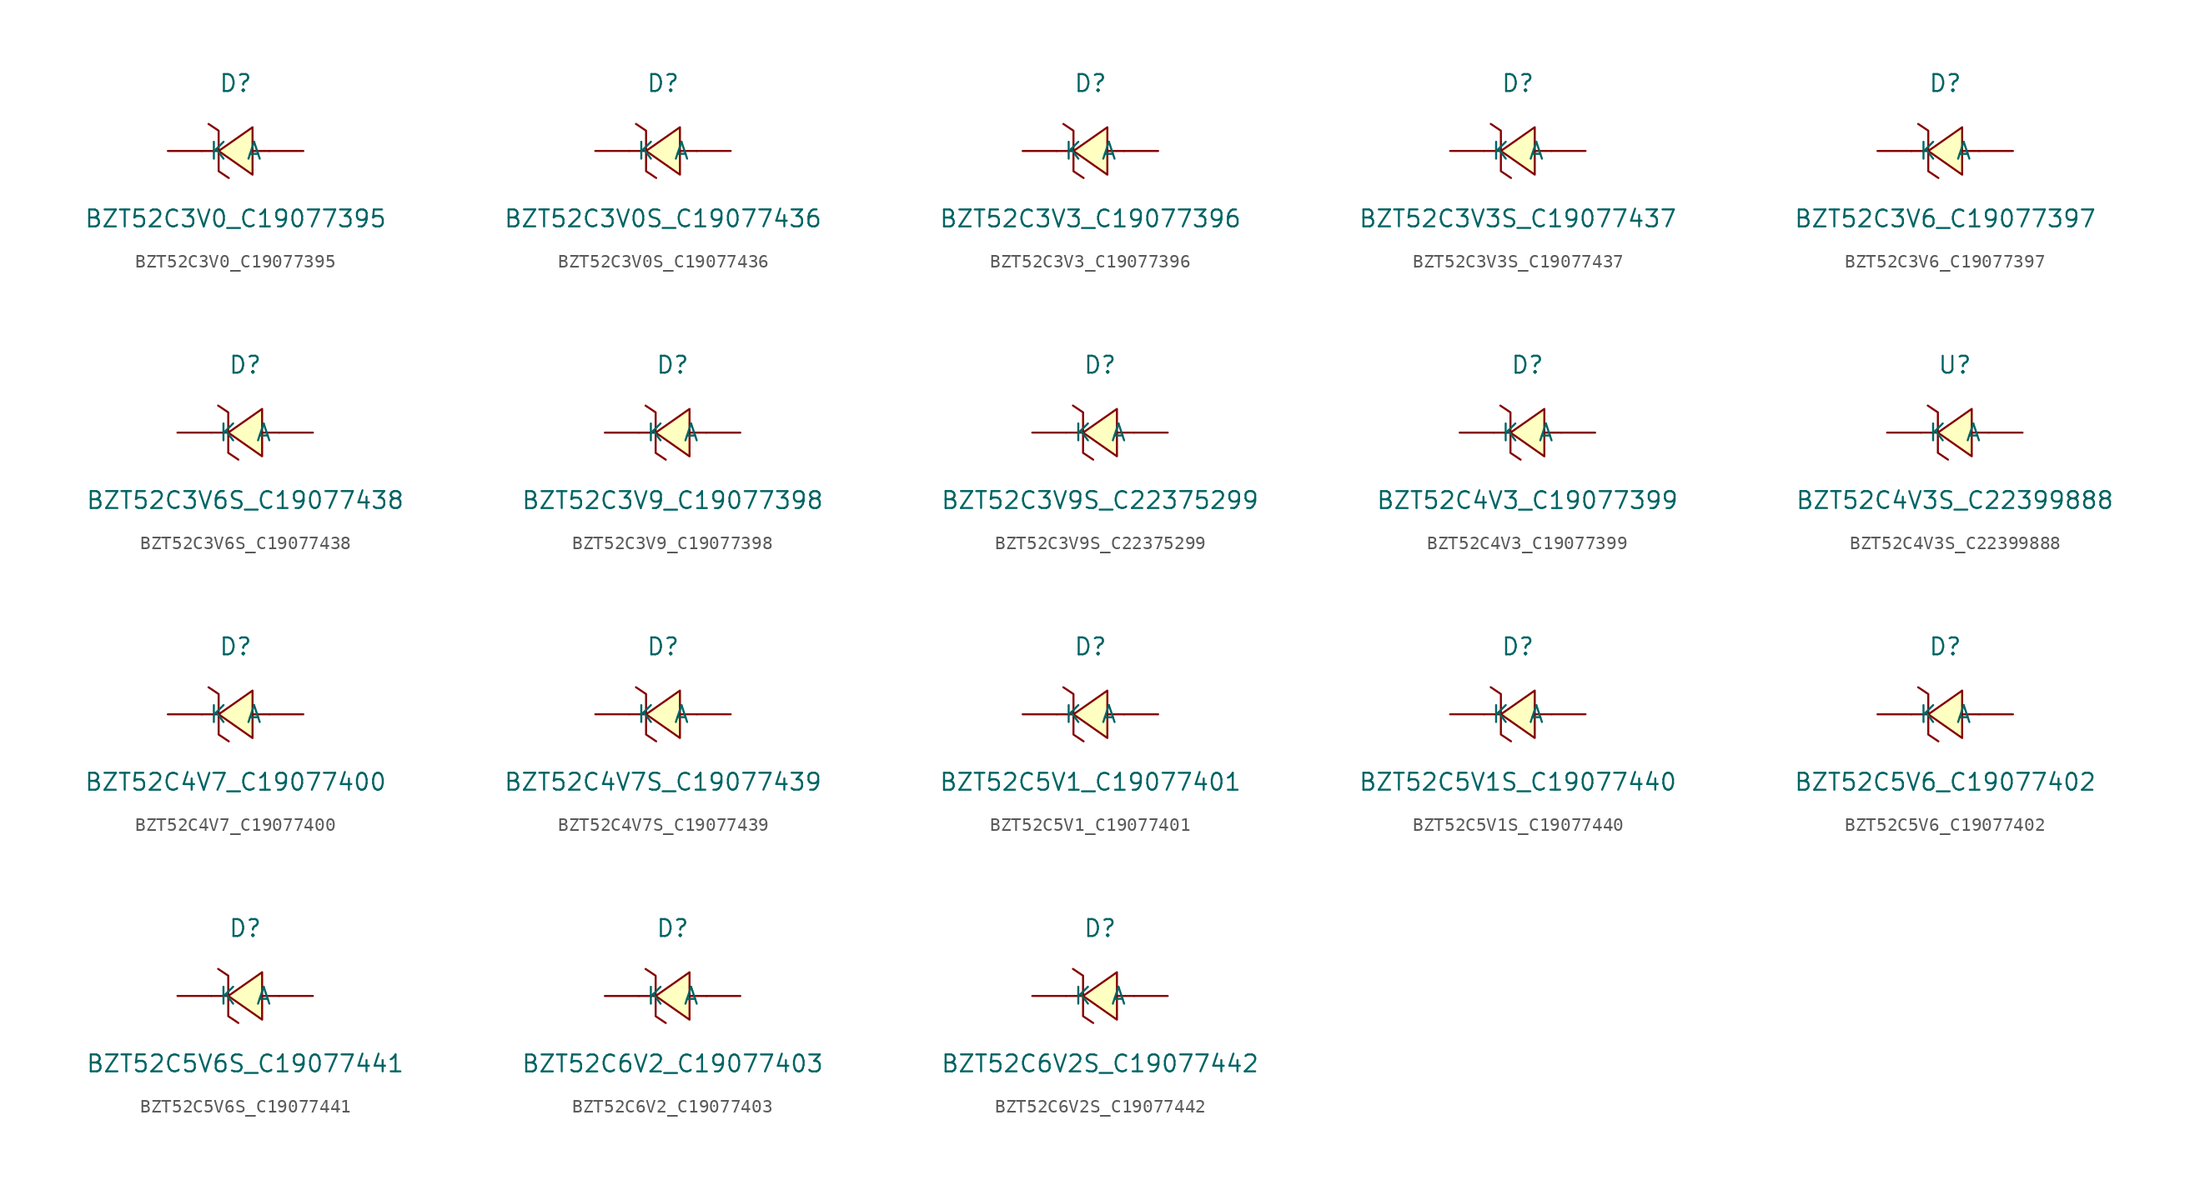
<source format=kicad_sym>
(kicad_symbol_lib
  (version 20241209)
  (generator "kicad_symbol_editor")
  (generator_version "9.0")
  (symbol "BZT52C3V0_C19077395"
    (pin_numbers
      (hide yes))
    (property "Reference" "D"
      (at 0 5.08 0)
      (effects (font (size 1.27 1.27))))
    (property "Value" "BZT52C3V0_C19077395"
      (at 0 -5.08 0)
      (effects (font (size 1.27 1.27))))
    (symbol "BZT52C3V0_C19077395_0_1"
      (polyline (pts (xy -2.03 2.03) (xy -1.27 1.52) (xy -1.27 -1.52) (xy -0.51 -2.03)) (stroke (width 0) (type default)) (fill (type none)))
      (polyline (pts (xy -1.27 0) (xy -2.54 0)) (stroke (width 0) (type default)) (fill (type none)))
      (polyline (pts (xy 1.27 1.78) (xy -1.27 0) (xy 1.27 -1.78) (xy 1.27 1.78)) (stroke (width 0) (type default)) (fill (type background)))
      (polyline (pts (xy 2.54 0) (xy 1.27 0)) (stroke (width 0) (type default)) (fill (type none)))
      (pin unspecified line (at -5.08 0 0) (length 2.54) (name "K" (effects (font (size 1.27 1.27)))) (number "1" (effects (font (size 1.27 1.27)))))
      (pin unspecified line (at 5.08 0 180) (length 2.54) (name "A" (effects (font (size 1.27 1.27)))) (number "2" (effects (font (size 1.27 1.27)))))))
  (symbol "BZT52C3V0S_C19077436"
    (pin_numbers
      (hide yes))
    (property "Reference" "D"
      (at 0 5.08 0)
      (effects (font (size 1.27 1.27))))
    (property "Value" "BZT52C3V0S_C19077436"
      (at 0 -5.08 0)
      (effects (font (size 1.27 1.27))))
    (symbol "BZT52C3V0S_C19077436_0_1"
      (polyline (pts (xy -2.03 2.03) (xy -1.27 1.52) (xy -1.27 -1.52) (xy -0.51 -2.03)) (stroke (width 0) (type default)) (fill (type none)))
      (polyline (pts (xy -1.27 0) (xy -2.54 0)) (stroke (width 0) (type default)) (fill (type none)))
      (polyline (pts (xy 1.27 1.78) (xy -1.27 0) (xy 1.27 -1.78) (xy 1.27 1.78)) (stroke (width 0) (type default)) (fill (type background)))
      (polyline (pts (xy 2.54 0) (xy 1.27 0)) (stroke (width 0) (type default)) (fill (type none)))
      (pin unspecified line (at -5.08 0 0) (length 2.54) (name "K" (effects (font (size 1.27 1.27)))) (number "1" (effects (font (size 1.27 1.27)))))
      (pin unspecified line (at 5.08 0 180) (length 2.54) (name "A" (effects (font (size 1.27 1.27)))) (number "2" (effects (font (size 1.27 1.27)))))))
  (symbol "BZT52C3V3_C19077396"
    (pin_numbers
      (hide yes))
    (property "Reference" "D"
      (at 0 5.08 0)
      (effects (font (size 1.27 1.27))))
    (property "Value" "BZT52C3V3_C19077396"
      (at 0 -5.08 0)
      (effects (font (size 1.27 1.27))))
    (symbol "BZT52C3V3_C19077396_0_1"
      (polyline (pts (xy -2.03 2.03) (xy -1.27 1.52) (xy -1.27 -1.52) (xy -0.51 -2.03)) (stroke (width 0) (type default)) (fill (type none)))
      (polyline (pts (xy -1.27 0) (xy -2.54 0)) (stroke (width 0) (type default)) (fill (type none)))
      (polyline (pts (xy 1.27 1.78) (xy -1.27 0) (xy 1.27 -1.78) (xy 1.27 1.78)) (stroke (width 0) (type default)) (fill (type background)))
      (polyline (pts (xy 2.54 0) (xy 1.27 0)) (stroke (width 0) (type default)) (fill (type none)))
      (pin unspecified line (at -5.08 0 0) (length 2.54) (name "K" (effects (font (size 1.27 1.27)))) (number "1" (effects (font (size 1.27 1.27)))))
      (pin unspecified line (at 5.08 0 180) (length 2.54) (name "A" (effects (font (size 1.27 1.27)))) (number "2" (effects (font (size 1.27 1.27)))))))
  (symbol "BZT52C3V3S_C19077437"
    (pin_numbers
      (hide yes))
    (property "Reference" "D"
      (at 0 5.08 0)
      (effects (font (size 1.27 1.27))))
    (property "Value" "BZT52C3V3S_C19077437"
      (at 0 -5.08 0)
      (effects (font (size 1.27 1.27))))
    (symbol "BZT52C3V3S_C19077437_0_1"
      (polyline (pts (xy -2.03 2.03) (xy -1.27 1.52) (xy -1.27 -1.52) (xy -0.51 -2.03)) (stroke (width 0) (type default)) (fill (type none)))
      (polyline (pts (xy -1.27 0) (xy -2.54 0)) (stroke (width 0) (type default)) (fill (type none)))
      (polyline (pts (xy 1.27 1.78) (xy -1.27 0) (xy 1.27 -1.78) (xy 1.27 1.78)) (stroke (width 0) (type default)) (fill (type background)))
      (polyline (pts (xy 2.54 0) (xy 1.27 0)) (stroke (width 0) (type default)) (fill (type none)))
      (pin unspecified line (at -5.08 0 0) (length 2.54) (name "K" (effects (font (size 1.27 1.27)))) (number "1" (effects (font (size 1.27 1.27)))))
      (pin unspecified line (at 5.08 0 180) (length 2.54) (name "A" (effects (font (size 1.27 1.27)))) (number "2" (effects (font (size 1.27 1.27)))))))
  (symbol "BZT52C3V6_C19077397"
    (pin_numbers
      (hide yes))
    (property "Reference" "D"
      (at 0 5.08 0)
      (effects (font (size 1.27 1.27))))
    (property "Value" "BZT52C3V6_C19077397"
      (at 0 -5.08 0)
      (effects (font (size 1.27 1.27))))
    (symbol "BZT52C3V6_C19077397_0_1"
      (polyline (pts (xy -2.03 2.03) (xy -1.27 1.52) (xy -1.27 -1.52) (xy -0.51 -2.03)) (stroke (width 0) (type default)) (fill (type none)))
      (polyline (pts (xy -1.27 0) (xy -2.54 0)) (stroke (width 0) (type default)) (fill (type none)))
      (polyline (pts (xy 1.27 1.78) (xy -1.27 0) (xy 1.27 -1.78) (xy 1.27 1.78)) (stroke (width 0) (type default)) (fill (type background)))
      (polyline (pts (xy 2.54 0) (xy 1.27 0)) (stroke (width 0) (type default)) (fill (type none)))
      (pin unspecified line (at -5.08 0 0) (length 2.54) (name "K" (effects (font (size 1.27 1.27)))) (number "1" (effects (font (size 1.27 1.27)))))
      (pin unspecified line (at 5.08 0 180) (length 2.54) (name "A" (effects (font (size 1.27 1.27)))) (number "2" (effects (font (size 1.27 1.27)))))))
  (symbol "BZT52C3V6S_C19077438"
    (pin_numbers
      (hide yes))
    (property "Reference" "D"
      (at 0 5.08 0)
      (effects (font (size 1.27 1.27))))
    (property "Value" "BZT52C3V6S_C19077438"
      (at 0 -5.08 0)
      (effects (font (size 1.27 1.27))))
    (symbol "BZT52C3V6S_C19077438_0_1"
      (polyline (pts (xy -2.03 2.03) (xy -1.27 1.52) (xy -1.27 -1.52) (xy -0.51 -2.03)) (stroke (width 0) (type default)) (fill (type none)))
      (polyline (pts (xy -1.27 0) (xy -2.54 0)) (stroke (width 0) (type default)) (fill (type none)))
      (polyline (pts (xy 1.27 1.78) (xy -1.27 0) (xy 1.27 -1.78) (xy 1.27 1.78)) (stroke (width 0) (type default)) (fill (type background)))
      (polyline (pts (xy 2.54 0) (xy 1.27 0)) (stroke (width 0) (type default)) (fill (type none)))
      (pin unspecified line (at -5.08 0 0) (length 2.54) (name "K" (effects (font (size 1.27 1.27)))) (number "1" (effects (font (size 1.27 1.27)))))
      (pin unspecified line (at 5.08 0 180) (length 2.54) (name "A" (effects (font (size 1.27 1.27)))) (number "2" (effects (font (size 1.27 1.27)))))))
  (symbol "BZT52C3V9_C19077398"
    (pin_numbers
      (hide yes))
    (property "Reference" "D"
      (at 0 5.08 0)
      (effects (font (size 1.27 1.27))))
    (property "Value" "BZT52C3V9_C19077398"
      (at 0 -5.08 0)
      (effects (font (size 1.27 1.27))))
    (symbol "BZT52C3V9_C19077398_0_1"
      (polyline (pts (xy -2.03 2.03) (xy -1.27 1.52) (xy -1.27 -1.52) (xy -0.51 -2.03)) (stroke (width 0) (type default)) (fill (type none)))
      (polyline (pts (xy -1.27 0) (xy -2.54 0)) (stroke (width 0) (type default)) (fill (type none)))
      (polyline (pts (xy 1.27 1.78) (xy -1.27 0) (xy 1.27 -1.78) (xy 1.27 1.78)) (stroke (width 0) (type default)) (fill (type background)))
      (polyline (pts (xy 2.54 0) (xy 1.27 0)) (stroke (width 0) (type default)) (fill (type none)))
      (pin unspecified line (at -5.08 0 0) (length 2.54) (name "K" (effects (font (size 1.27 1.27)))) (number "1" (effects (font (size 1.27 1.27)))))
      (pin unspecified line (at 5.08 0 180) (length 2.54) (name "A" (effects (font (size 1.27 1.27)))) (number "2" (effects (font (size 1.27 1.27)))))))
  (symbol "BZT52C3V9S_C22375299"
    (pin_numbers
      (hide yes))
    (property "Reference" "D"
      (at 0 5.08 0)
      (effects (font (size 1.27 1.27))))
    (property "Value" "BZT52C3V9S_C22375299"
      (at 0 -5.08 0)
      (effects (font (size 1.27 1.27))))
    (symbol "BZT52C3V9S_C22375299_0_1"
      (polyline (pts (xy -2.03 2.03) (xy -1.27 1.52) (xy -1.27 -1.52) (xy -0.51 -2.03)) (stroke (width 0) (type default)) (fill (type none)))
      (polyline (pts (xy -1.27 0) (xy -2.54 0)) (stroke (width 0) (type default)) (fill (type none)))
      (polyline (pts (xy 1.27 1.78) (xy -1.27 0) (xy 1.27 -1.78) (xy 1.27 1.78)) (stroke (width 0) (type default)) (fill (type background)))
      (polyline (pts (xy 2.54 0) (xy 1.27 0)) (stroke (width 0) (type default)) (fill (type none)))
      (pin unspecified line (at -5.08 0 0) (length 2.54) (name "K" (effects (font (size 1.27 1.27)))) (number "1" (effects (font (size 1.27 1.27)))))
      (pin unspecified line (at 5.08 0 180) (length 2.54) (name "A" (effects (font (size 1.27 1.27)))) (number "2" (effects (font (size 1.27 1.27)))))))
  (symbol "BZT52C4V3_C19077399"
    (pin_numbers
      (hide yes))
    (property "Reference" "D"
      (at 0 5.08 0)
      (effects (font (size 1.27 1.27))))
    (property "Value" "BZT52C4V3_C19077399"
      (at 0 -5.08 0)
      (effects (font (size 1.27 1.27))))
    (symbol "BZT52C4V3_C19077399_0_1"
      (polyline (pts (xy -2.03 2.03) (xy -1.27 1.52) (xy -1.27 -1.52) (xy -0.51 -2.03)) (stroke (width 0) (type default)) (fill (type none)))
      (polyline (pts (xy -1.27 0) (xy -2.54 0)) (stroke (width 0) (type default)) (fill (type none)))
      (polyline (pts (xy 1.27 1.78) (xy -1.27 0) (xy 1.27 -1.78) (xy 1.27 1.78)) (stroke (width 0) (type default)) (fill (type background)))
      (polyline (pts (xy 2.54 0) (xy 1.27 0)) (stroke (width 0) (type default)) (fill (type none)))
      (pin unspecified line (at -5.08 0 0) (length 2.54) (name "K" (effects (font (size 1.27 1.27)))) (number "1" (effects (font (size 1.27 1.27)))))
      (pin unspecified line (at 5.08 0 180) (length 2.54) (name "A" (effects (font (size 1.27 1.27)))) (number "2" (effects (font (size 1.27 1.27)))))))
  (symbol "BZT52C4V3S_C22399888"
    (pin_numbers
      (hide yes))
    (property "Reference" "U"
      (at 0 5.08 0)
      (effects (font (size 1.27 1.27))))
    (property "Value" "BZT52C4V3S_C22399888"
      (at 0 -5.08 0)
      (effects (font (size 1.27 1.27))))
    (symbol "BZT52C4V3S_C22399888_0_1"
      (polyline (pts (xy -2.03 2.03) (xy -1.27 1.52) (xy -1.27 -1.52) (xy -0.51 -2.03)) (stroke (width 0) (type default)) (fill (type none)))
      (polyline (pts (xy -1.27 0) (xy -2.54 0)) (stroke (width 0) (type default)) (fill (type none)))
      (polyline (pts (xy 1.27 1.78) (xy -1.27 0) (xy 1.27 -1.78) (xy 1.27 1.78)) (stroke (width 0) (type default)) (fill (type background)))
      (polyline (pts (xy 2.54 0) (xy 1.27 0)) (stroke (width 0) (type default)) (fill (type none)))
      (pin unspecified line (at -5.08 0 0) (length 2.54) (name "K" (effects (font (size 1.27 1.27)))) (number "1" (effects (font (size 1.27 1.27)))))
      (pin unspecified line (at 5.08 0 180) (length 2.54) (name "A" (effects (font (size 1.27 1.27)))) (number "2" (effects (font (size 1.27 1.27)))))))
  (symbol "BZT52C4V7_C19077400"
    (pin_numbers
      (hide yes))
    (property "Reference" "D"
      (at 0 5.08 0)
      (effects (font (size 1.27 1.27))))
    (property "Value" "BZT52C4V7_C19077400"
      (at 0 -5.08 0)
      (effects (font (size 1.27 1.27))))
    (symbol "BZT52C4V7_C19077400_0_1"
      (polyline (pts (xy -2.03 2.03) (xy -1.27 1.52) (xy -1.27 -1.52) (xy -0.51 -2.03)) (stroke (width 0) (type default)) (fill (type none)))
      (polyline (pts (xy -1.27 0) (xy -2.54 0)) (stroke (width 0) (type default)) (fill (type none)))
      (polyline (pts (xy 1.27 1.78) (xy -1.27 0) (xy 1.27 -1.78) (xy 1.27 1.78)) (stroke (width 0) (type default)) (fill (type background)))
      (polyline (pts (xy 2.54 0) (xy 1.27 0)) (stroke (width 0) (type default)) (fill (type none)))
      (pin unspecified line (at -5.08 0 0) (length 2.54) (name "K" (effects (font (size 1.27 1.27)))) (number "1" (effects (font (size 1.27 1.27)))))
      (pin unspecified line (at 5.08 0 180) (length 2.54) (name "A" (effects (font (size 1.27 1.27)))) (number "2" (effects (font (size 1.27 1.27)))))))
  (symbol "BZT52C4V7S_C19077439"
    (pin_numbers
      (hide yes))
    (property "Reference" "D"
      (at 0 5.08 0)
      (effects (font (size 1.27 1.27))))
    (property "Value" "BZT52C4V7S_C19077439"
      (at 0 -5.08 0)
      (effects (font (size 1.27 1.27))))
    (symbol "BZT52C4V7S_C19077439_0_1"
      (polyline (pts (xy -2.03 2.03) (xy -1.27 1.52) (xy -1.27 -1.52) (xy -0.51 -2.03)) (stroke (width 0) (type default)) (fill (type none)))
      (polyline (pts (xy -1.27 0) (xy -2.54 0)) (stroke (width 0) (type default)) (fill (type none)))
      (polyline (pts (xy 1.27 1.78) (xy -1.27 0) (xy 1.27 -1.78) (xy 1.27 1.78)) (stroke (width 0) (type default)) (fill (type background)))
      (polyline (pts (xy 2.54 0) (xy 1.27 0)) (stroke (width 0) (type default)) (fill (type none)))
      (pin unspecified line (at -5.08 0 0) (length 2.54) (name "K" (effects (font (size 1.27 1.27)))) (number "1" (effects (font (size 1.27 1.27)))))
      (pin unspecified line (at 5.08 0 180) (length 2.54) (name "A" (effects (font (size 1.27 1.27)))) (number "2" (effects (font (size 1.27 1.27)))))))
  (symbol "BZT52C5V1_C19077401"
    (pin_numbers
      (hide yes))
    (property "Reference" "D"
      (at 0 5.08 0)
      (effects (font (size 1.27 1.27))))
    (property "Value" "BZT52C5V1_C19077401"
      (at 0 -5.08 0)
      (effects (font (size 1.27 1.27))))
    (symbol "BZT52C5V1_C19077401_0_1"
      (polyline (pts (xy -2.03 2.03) (xy -1.27 1.52) (xy -1.27 -1.52) (xy -0.51 -2.03)) (stroke (width 0) (type default)) (fill (type none)))
      (polyline (pts (xy -1.27 0) (xy -2.54 0)) (stroke (width 0) (type default)) (fill (type none)))
      (polyline (pts (xy 1.27 1.78) (xy -1.27 0) (xy 1.27 -1.78) (xy 1.27 1.78)) (stroke (width 0) (type default)) (fill (type background)))
      (polyline (pts (xy 2.54 0) (xy 1.27 0)) (stroke (width 0) (type default)) (fill (type none)))
      (pin unspecified line (at -5.08 0 0) (length 2.54) (name "K" (effects (font (size 1.27 1.27)))) (number "1" (effects (font (size 1.27 1.27)))))
      (pin unspecified line (at 5.08 0 180) (length 2.54) (name "A" (effects (font (size 1.27 1.27)))) (number "2" (effects (font (size 1.27 1.27)))))))
  (symbol "BZT52C5V1S_C19077440"
    (pin_numbers
      (hide yes))
    (property "Reference" "D"
      (at 0 5.08 0)
      (effects (font (size 1.27 1.27))))
    (property "Value" "BZT52C5V1S_C19077440"
      (at 0 -5.08 0)
      (effects (font (size 1.27 1.27))))
    (symbol "BZT52C5V1S_C19077440_0_1"
      (polyline (pts (xy -2.03 2.03) (xy -1.27 1.52) (xy -1.27 -1.52) (xy -0.51 -2.03)) (stroke (width 0) (type default)) (fill (type none)))
      (polyline (pts (xy -1.27 0) (xy -2.54 0)) (stroke (width 0) (type default)) (fill (type none)))
      (polyline (pts (xy 1.27 1.78) (xy -1.27 0) (xy 1.27 -1.78) (xy 1.27 1.78)) (stroke (width 0) (type default)) (fill (type background)))
      (polyline (pts (xy 2.54 0) (xy 1.27 0)) (stroke (width 0) (type default)) (fill (type none)))
      (pin unspecified line (at -5.08 0 0) (length 2.54) (name "K" (effects (font (size 1.27 1.27)))) (number "1" (effects (font (size 1.27 1.27)))))
      (pin unspecified line (at 5.08 0 180) (length 2.54) (name "A" (effects (font (size 1.27 1.27)))) (number "2" (effects (font (size 1.27 1.27)))))))
  (symbol "BZT52C5V6_C19077402"
    (pin_numbers
      (hide yes))
    (property "Reference" "D"
      (at 0 5.08 0)
      (effects (font (size 1.27 1.27))))
    (property "Value" "BZT52C5V6_C19077402"
      (at 0 -5.08 0)
      (effects (font (size 1.27 1.27))))
    (symbol "BZT52C5V6_C19077402_0_1"
      (polyline (pts (xy -2.03 2.03) (xy -1.27 1.52) (xy -1.27 -1.52) (xy -0.51 -2.03)) (stroke (width 0) (type default)) (fill (type none)))
      (polyline (pts (xy -1.27 0) (xy -2.54 0)) (stroke (width 0) (type default)) (fill (type none)))
      (polyline (pts (xy 1.27 1.78) (xy -1.27 0) (xy 1.27 -1.78) (xy 1.27 1.78)) (stroke (width 0) (type default)) (fill (type background)))
      (polyline (pts (xy 2.54 0) (xy 1.27 0)) (stroke (width 0) (type default)) (fill (type none)))
      (pin unspecified line (at -5.08 0 0) (length 2.54) (name "K" (effects (font (size 1.27 1.27)))) (number "1" (effects (font (size 1.27 1.27)))))
      (pin unspecified line (at 5.08 0 180) (length 2.54) (name "A" (effects (font (size 1.27 1.27)))) (number "2" (effects (font (size 1.27 1.27)))))))
  (symbol "BZT52C5V6S_C19077441"
    (pin_numbers
      (hide yes))
    (property "Reference" "D"
      (at 0 5.08 0)
      (effects (font (size 1.27 1.27))))
    (property "Value" "BZT52C5V6S_C19077441"
      (at 0 -5.08 0)
      (effects (font (size 1.27 1.27))))
    (symbol "BZT52C5V6S_C19077441_0_1"
      (polyline (pts (xy -2.03 2.03) (xy -1.27 1.52) (xy -1.27 -1.52) (xy -0.51 -2.03)) (stroke (width 0) (type default)) (fill (type none)))
      (polyline (pts (xy -1.27 0) (xy -2.54 0)) (stroke (width 0) (type default)) (fill (type none)))
      (polyline (pts (xy 1.27 1.78) (xy -1.27 0) (xy 1.27 -1.78) (xy 1.27 1.78)) (stroke (width 0) (type default)) (fill (type background)))
      (polyline (pts (xy 2.54 0) (xy 1.27 0)) (stroke (width 0) (type default)) (fill (type none)))
      (pin unspecified line (at -5.08 0 0) (length 2.54) (name "K" (effects (font (size 1.27 1.27)))) (number "1" (effects (font (size 1.27 1.27)))))
      (pin unspecified line (at 5.08 0 180) (length 2.54) (name "A" (effects (font (size 1.27 1.27)))) (number "2" (effects (font (size 1.27 1.27)))))))
  (symbol "BZT52C6V2_C19077403"
    (pin_numbers
      (hide yes))
    (property "Reference" "D"
      (at 0 5.08 0)
      (effects (font (size 1.27 1.27))))
    (property "Value" "BZT52C6V2_C19077403"
      (at 0 -5.08 0)
      (effects (font (size 1.27 1.27))))
    (symbol "BZT52C6V2_C19077403_0_1"
      (polyline (pts (xy -2.03 2.03) (xy -1.27 1.52) (xy -1.27 -1.52) (xy -0.51 -2.03)) (stroke (width 0) (type default)) (fill (type none)))
      (polyline (pts (xy -1.27 0) (xy -2.54 0)) (stroke (width 0) (type default)) (fill (type none)))
      (polyline (pts (xy 1.27 1.78) (xy -1.27 0) (xy 1.27 -1.78) (xy 1.27 1.78)) (stroke (width 0) (type default)) (fill (type background)))
      (polyline (pts (xy 2.54 0) (xy 1.27 0)) (stroke (width 0) (type default)) (fill (type none)))
      (pin unspecified line (at -5.08 0 0) (length 2.54) (name "K" (effects (font (size 1.27 1.27)))) (number "1" (effects (font (size 1.27 1.27)))))
      (pin unspecified line (at 5.08 0 180) (length 2.54) (name "A" (effects (font (size 1.27 1.27)))) (number "2" (effects (font (size 1.27 1.27)))))))
  (symbol "BZT52C6V2S_C19077442"
    (pin_numbers
      (hide yes))
    (property "Reference" "D"
      (at 0 5.08 0)
      (effects (font (size 1.27 1.27))))
    (property "Value" "BZT52C6V2S_C19077442"
      (at 0 -5.08 0)
      (effects (font (size 1.27 1.27))))
    (symbol "BZT52C6V2S_C19077442_0_1"
      (polyline (pts (xy -2.03 2.03) (xy -1.27 1.52) (xy -1.27 -1.52) (xy -0.51 -2.03)) (stroke (width 0) (type default)) (fill (type none)))
      (polyline (pts (xy -1.27 0) (xy -2.54 0)) (stroke (width 0) (type default)) (fill (type none)))
      (polyline (pts (xy 1.27 1.78) (xy -1.27 0) (xy 1.27 -1.78) (xy 1.27 1.78)) (stroke (width 0) (type default)) (fill (type background)))
      (polyline (pts (xy 2.54 0) (xy 1.27 0)) (stroke (width 0) (type default)) (fill (type none)))
      (pin unspecified line (at -5.08 0 0) (length 2.54) (name "K" (effects (font (size 1.27 1.27)))) (number "1" (effects (font (size 1.27 1.27)))))
      (pin unspecified line (at 5.08 0 180) (length 2.54) (name "A" (effects (font (size 1.27 1.27)))) (number "2" (effects (font (size 1.27 1.27))))))))
</source>
